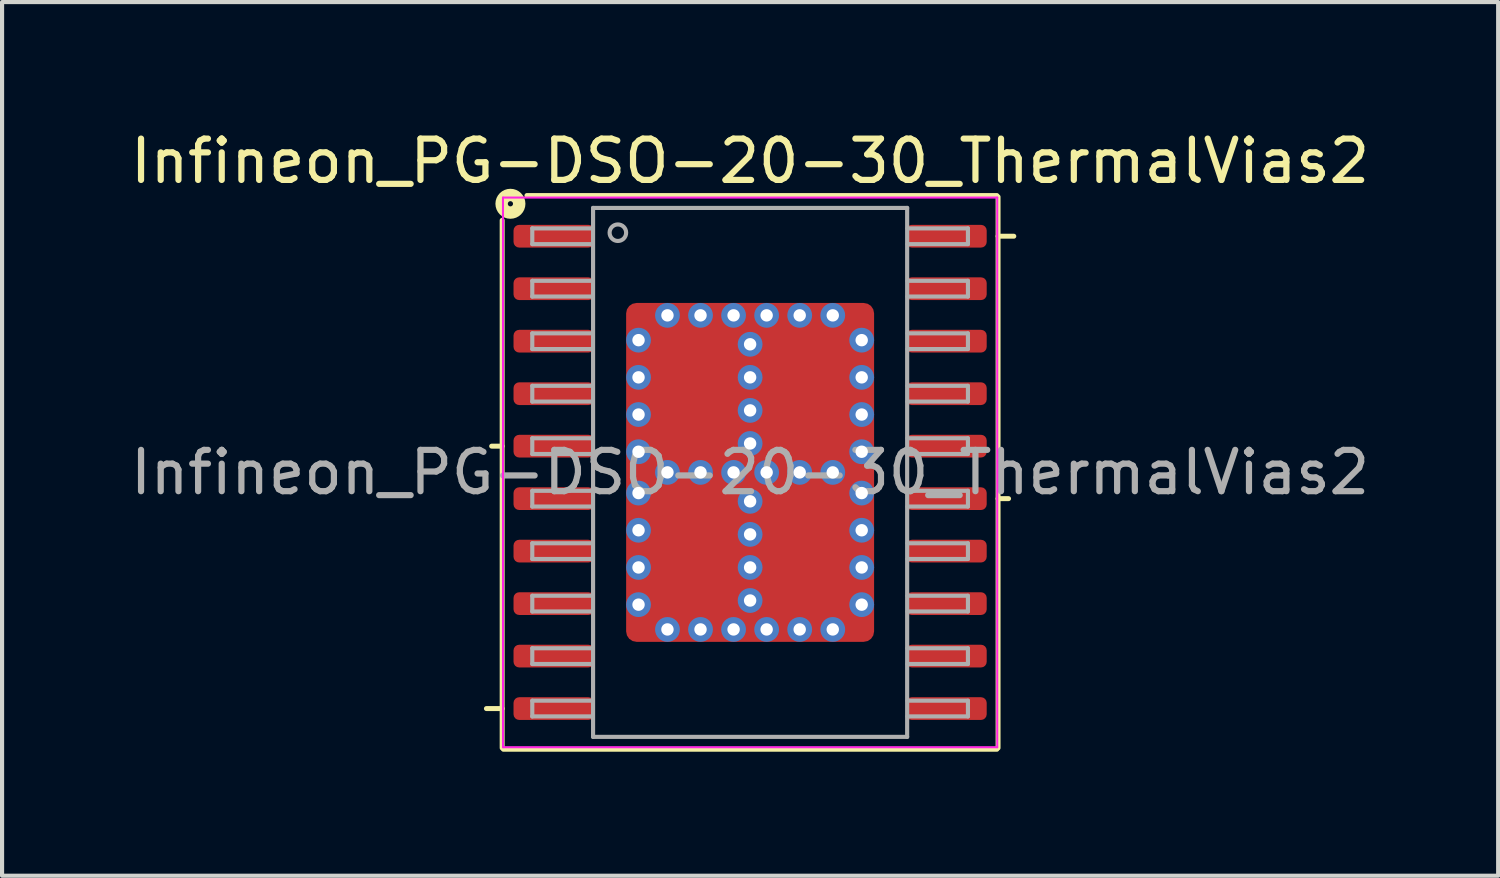
<source format=kicad_pcb>
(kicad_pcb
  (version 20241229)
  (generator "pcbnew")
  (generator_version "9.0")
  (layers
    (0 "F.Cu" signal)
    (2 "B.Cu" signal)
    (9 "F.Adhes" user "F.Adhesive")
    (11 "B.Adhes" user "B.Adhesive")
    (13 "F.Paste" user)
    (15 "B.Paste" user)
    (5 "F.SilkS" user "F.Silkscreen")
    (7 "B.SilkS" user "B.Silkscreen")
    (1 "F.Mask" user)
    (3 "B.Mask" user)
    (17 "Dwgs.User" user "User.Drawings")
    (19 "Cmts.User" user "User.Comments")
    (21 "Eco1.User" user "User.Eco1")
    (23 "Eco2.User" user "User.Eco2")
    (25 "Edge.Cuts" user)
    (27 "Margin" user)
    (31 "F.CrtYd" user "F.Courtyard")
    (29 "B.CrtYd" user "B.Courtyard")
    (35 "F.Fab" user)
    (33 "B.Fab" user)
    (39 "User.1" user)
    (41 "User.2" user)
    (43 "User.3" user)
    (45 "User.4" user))
  (footprint "Infineon_PG-DSO-20-30_ThermalVias2"
    (layer "F.Cu")
    (at 15.101 8.381)
    (property "Reference" "Infineon_PG-DSO-20-30_ThermalVias2" (at 0 -7.532 0) (layer "F.SilkS") (effects (font (size 1 1) (thickness 0.15))))
    (attr smd)
    (fp_line (start -6 -6.1) (end -6 6.668) (stroke (width 0.12) (type solid)) (layer "F.SilkS"))
    (fp_line (start -6 -0.635) (end -6.254 -0.635) (stroke (width 0.12) (type solid)) (layer "F.SilkS"))
    (fp_line (start -6 5.715) (end -6.381 5.715) (stroke (width 0.12) (type solid)) (layer "F.SilkS"))
    (fp_line (start -5.969 6.7) (end 5.969 6.7) (stroke (width 0.12) (type solid)) (layer "F.SilkS"))
    (fp_line (start 5.969 -6.7) (end -5.4 -6.7) (stroke (width 0.12) (type solid)) (layer "F.SilkS"))
    (fp_line (start 6 -5.715) (end 6.381 -5.715) (stroke (width 0.12) (type solid)) (layer "F.SilkS"))
    (fp_line (start 6 0.635) (end 6.254 0.635) (stroke (width 0.12) (type solid)) (layer "F.SilkS"))
    (fp_line (start 6 6.668) (end 6 -6.668) (stroke (width 0.12) (type solid)) (layer "F.SilkS"))
    (fp_circle (center -5.8 -6.5) (end -5.737 -6.5) (stroke (width 0.3) (type solid)) (fill no) (layer "F.SilkS"))
    (fp_line (start -5.98 -6.65) (end 5.98 -6.65) (stroke (width 0.05) (type solid)) (layer "F.CrtYd"))
    (fp_line (start -5.98 6.65) (end -5.98 -6.65) (stroke (width 0.05) (type solid)) (layer "F.CrtYd"))
    (fp_line (start -5.98 6.65) (end 5.98 6.65) (stroke (width 0.05) (type solid)) (layer "F.CrtYd"))
    (fp_line (start 5.98 6.65) (end 5.98 -6.65) (stroke (width 0.05) (type solid)) (layer "F.CrtYd"))
    (fp_line (start -5.271 -5.905) (end -5.271 -5.524) (stroke (width 0.1) (type solid)) (layer "F.Fab"))
    (fp_line (start -5.271 -5.905) (end -3.81 -5.905) (stroke (width 0.1) (type solid)) (layer "F.Fab"))
    (fp_line (start -5.271 -5.524) (end -3.81 -5.524) (stroke (width 0.1) (type solid)) (layer "F.Fab"))
    (fp_line (start -5.271 -4.636) (end -5.271 -4.255) (stroke (width 0.1) (type solid)) (layer "F.Fab"))
    (fp_line (start -5.271 -4.636) (end -3.81 -4.636) (stroke (width 0.1) (type solid)) (layer "F.Fab"))
    (fp_line (start -5.271 -4.255) (end -3.81 -4.255) (stroke (width 0.1) (type solid)) (layer "F.Fab"))
    (fp_line (start -5.271 -3.365) (end -5.271 -2.985) (stroke (width 0.1) (type solid)) (layer "F.Fab"))
    (fp_line (start -5.271 -3.365) (end -3.81 -3.365) (stroke (width 0.1) (type solid)) (layer "F.Fab"))
    (fp_line (start -5.271 -2.985) (end -3.81 -2.985) (stroke (width 0.1) (type solid)) (layer "F.Fab"))
    (fp_line (start -5.271 -2.095) (end -5.271 -1.714) (stroke (width 0.1) (type solid)) (layer "F.Fab"))
    (fp_line (start -5.271 -2.095) (end -3.81 -2.095) (stroke (width 0.1) (type solid)) (layer "F.Fab"))
    (fp_line (start -5.271 -1.714) (end -3.81 -1.714) (stroke (width 0.1) (type solid)) (layer "F.Fab"))
    (fp_line (start -5.271 -0.826) (end -5.271 -0.445) (stroke (width 0.1) (type solid)) (layer "F.Fab"))
    (fp_line (start -5.271 -0.826) (end -3.81 -0.826) (stroke (width 0.1) (type solid)) (layer "F.Fab"))
    (fp_line (start -5.271 -0.445) (end -3.81 -0.445) (stroke (width 0.1) (type solid)) (layer "F.Fab"))
    (fp_line (start -5.271 0.445) (end -5.271 0.826) (stroke (width 0.1) (type solid)) (layer "F.Fab"))
    (fp_line (start -5.271 0.445) (end -3.81 0.445) (stroke (width 0.1) (type solid)) (layer "F.Fab"))
    (fp_line (start -5.271 0.826) (end -3.81 0.826) (stroke (width 0.1) (type solid)) (layer "F.Fab"))
    (fp_line (start -5.271 1.714) (end -5.271 2.095) (stroke (width 0.1) (type solid)) (layer "F.Fab"))
    (fp_line (start -5.271 1.714) (end -3.81 1.714) (stroke (width 0.1) (type solid)) (layer "F.Fab"))
    (fp_line (start -5.271 2.095) (end -3.81 2.095) (stroke (width 0.1) (type solid)) (layer "F.Fab"))
    (fp_line (start -5.271 2.985) (end -5.271 3.365) (stroke (width 0.1) (type solid)) (layer "F.Fab"))
    (fp_line (start -5.271 2.985) (end -3.81 2.985) (stroke (width 0.1) (type solid)) (layer "F.Fab"))
    (fp_line (start -5.271 3.365) (end -3.81 3.365) (stroke (width 0.1) (type solid)) (layer "F.Fab"))
    (fp_line (start -5.271 4.255) (end -5.271 4.636) (stroke (width 0.1) (type solid)) (layer "F.Fab"))
    (fp_line (start -5.271 4.255) (end -3.81 4.255) (stroke (width 0.1) (type solid)) (layer "F.Fab"))
    (fp_line (start -5.271 4.636) (end -3.81 4.636) (stroke (width 0.1) (type solid)) (layer "F.Fab"))
    (fp_line (start -5.271 5.524) (end -5.271 5.905) (stroke (width 0.1) (type solid)) (layer "F.Fab"))
    (fp_line (start -5.271 5.524) (end -3.81 5.524) (stroke (width 0.1) (type solid)) (layer "F.Fab"))
    (fp_line (start -5.271 5.905) (end -3.81 5.905) (stroke (width 0.1) (type solid)) (layer "F.Fab"))
    (fp_line (start -3.8 -6.4) (end 3.8 -6.4) (stroke (width 0.1) (type solid)) (layer "F.Fab"))
    (fp_line (start -3.8 6.4) (end -3.8 -6.4) (stroke (width 0.1) (type solid)) (layer "F.Fab"))
    (fp_line (start 3.8 -6.4) (end 3.8 6.4) (stroke (width 0.1) (type solid)) (layer "F.Fab"))
    (fp_line (start 3.8 6.4) (end -3.8 6.4) (stroke (width 0.1) (type solid)) (layer "F.Fab"))
    (fp_line (start 5.271 -5.905) (end 3.81 -5.905) (stroke (width 0.1) (type solid)) (layer "F.Fab"))
    (fp_line (start 5.271 -5.524) (end 3.81 -5.524) (stroke (width 0.1) (type solid)) (layer "F.Fab"))
    (fp_line (start 5.271 -5.524) (end 5.271 -5.905) (stroke (width 0.1) (type solid)) (layer "F.Fab"))
    (fp_line (start 5.271 -4.636) (end 3.81 -4.636) (stroke (width 0.1) (type solid)) (layer "F.Fab"))
    (fp_line (start 5.271 -4.255) (end 3.81 -4.255) (stroke (width 0.1) (type solid)) (layer "F.Fab"))
    (fp_line (start 5.271 -4.255) (end 5.271 -4.636) (stroke (width 0.1) (type solid)) (layer "F.Fab"))
    (fp_line (start 5.271 -3.365) (end 3.81 -3.365) (stroke (width 0.1) (type solid)) (layer "F.Fab"))
    (fp_line (start 5.271 -2.985) (end 3.81 -2.985) (stroke (width 0.1) (type solid)) (layer "F.Fab"))
    (fp_line (start 5.271 -2.985) (end 5.271 -3.365) (stroke (width 0.1) (type solid)) (layer "F.Fab"))
    (fp_line (start 5.271 -2.095) (end 3.81 -2.095) (stroke (width 0.1) (type solid)) (layer "F.Fab"))
    (fp_line (start 5.271 -1.714) (end 3.81 -1.714) (stroke (width 0.1) (type solid)) (layer "F.Fab"))
    (fp_line (start 5.271 -1.714) (end 5.271 -2.095) (stroke (width 0.1) (type solid)) (layer "F.Fab"))
    (fp_line (start 5.271 -0.826) (end 3.81 -0.826) (stroke (width 0.1) (type solid)) (layer "F.Fab"))
    (fp_line (start 5.271 -0.445) (end 3.81 -0.445) (stroke (width 0.1) (type solid)) (layer "F.Fab"))
    (fp_line (start 5.271 -0.445) (end 5.271 -0.826) (stroke (width 0.1) (type solid)) (layer "F.Fab"))
    (fp_line (start 5.271 0.445) (end 3.81 0.445) (stroke (width 0.1) (type solid)) (layer "F.Fab"))
    (fp_line (start 5.271 0.826) (end 3.81 0.826) (stroke (width 0.1) (type solid)) (layer "F.Fab"))
    (fp_line (start 5.271 0.826) (end 5.271 0.445) (stroke (width 0.1) (type solid)) (layer "F.Fab"))
    (fp_line (start 5.271 1.714) (end 3.81 1.714) (stroke (width 0.1) (type solid)) (layer "F.Fab"))
    (fp_line (start 5.271 2.095) (end 3.81 2.095) (stroke (width 0.1) (type solid)) (layer "F.Fab"))
    (fp_line (start 5.271 2.095) (end 5.271 1.714) (stroke (width 0.1) (type solid)) (layer "F.Fab"))
    (fp_line (start 5.271 2.985) (end 3.81 2.985) (stroke (width 0.1) (type solid)) (layer "F.Fab"))
    (fp_line (start 5.271 3.365) (end 3.81 3.365) (stroke (width 0.1) (type solid)) (layer "F.Fab"))
    (fp_line (start 5.271 3.365) (end 5.271 2.985) (stroke (width 0.1) (type solid)) (layer "F.Fab"))
    (fp_line (start 5.271 4.255) (end 3.81 4.255) (stroke (width 0.1) (type solid)) (layer "F.Fab"))
    (fp_line (start 5.271 4.636) (end 3.81 4.636) (stroke (width 0.1) (type solid)) (layer "F.Fab"))
    (fp_line (start 5.271 4.636) (end 5.271 4.255) (stroke (width 0.1) (type solid)) (layer "F.Fab"))
    (fp_line (start 5.271 5.524) (end 3.81 5.524) (stroke (width 0.1) (type solid)) (layer "F.Fab"))
    (fp_line (start 5.271 5.905) (end 3.81 5.905) (stroke (width 0.1) (type solid)) (layer "F.Fab"))
    (fp_line (start 5.271 5.905) (end 5.271 5.524) (stroke (width 0.1) (type solid)) (layer "F.Fab"))
    (fp_circle (center -3.2 -5.8) (end -3 -5.8) (stroke (width 0.1) (type solid)) (fill no) (layer "F.Fab"))
    (fp_text user "${REFERENCE}" (at 0 0 0) (layer "F.Fab") (effects (font (size 1 1) (thickness 0.15))))
    (pad "" smd roundrect (at -1.85 -2.95) (size 0.8 0.8) (layers "F.Paste") (roundrect_rratio 0.25))
    (pad "" smd roundrect (at -1.85 -1.9) (size 0.8 0.8) (layers "F.Paste") (roundrect_rratio 0.25))
    (pad "" smd roundrect (at -1.85 -0.85) (size 0.8 0.8) (layers "F.Paste") (roundrect_rratio 0.25))
    (pad "" smd roundrect (at -1.85 0.85) (size 0.8 0.8) (layers "F.Paste") (roundrect_rratio 0.25))
    (pad "" smd roundrect (at -1.85 1.9) (size 0.8 0.8) (layers "F.Paste") (roundrect_rratio 0.25))
    (pad "" smd roundrect (at -1.85 2.95) (size 0.8 0.8) (layers "F.Paste") (roundrect_rratio 0.25))
    (pad "" smd roundrect (at -1.35 -1.9) (size 2.1 3.2) (layers "F.Mask") (roundrect_rratio 0.119))
    (pad "" smd roundrect (at -1.35 1.9) (size 2.1 3.2) (layers "F.Mask") (roundrect_rratio 0.119))
    (pad "" smd roundrect (at -0.85 -2.95) (size 0.8 0.8) (layers "F.Paste") (roundrect_rratio 0.25))
    (pad "" smd roundrect (at -0.85 -1.9) (size 0.8 0.8) (layers "F.Paste") (roundrect_rratio 0.25))
    (pad "" smd roundrect (at -0.85 -0.85) (size 0.8 0.8) (layers "F.Paste") (roundrect_rratio 0.25))
    (pad "" smd roundrect (at -0.85 0.85) (size 0.8 0.8) (layers "F.Paste") (roundrect_rratio 0.25))
    (pad "" smd roundrect (at -0.85 1.9) (size 0.8 0.8) (layers "F.Paste") (roundrect_rratio 0.25))
    (pad "" smd roundrect (at -0.85 2.95) (size 0.8 0.8) (layers "F.Paste") (roundrect_rratio 0.25))
    (pad "" smd roundrect (at 0.85 -2.95) (size 0.8 0.8) (layers "F.Paste") (roundrect_rratio 0.25))
    (pad "" smd roundrect (at 0.85 -1.9) (size 0.8 0.8) (layers "F.Paste") (roundrect_rratio 0.25))
    (pad "" smd roundrect (at 0.85 -0.85) (size 0.8 0.8) (layers "F.Paste") (roundrect_rratio 0.25))
    (pad "" smd roundrect (at 0.85 0.85) (size 0.8 0.8) (layers "F.Paste") (roundrect_rratio 0.25))
    (pad "" smd roundrect (at 0.85 1.9) (size 0.8 0.8) (layers "F.Paste") (roundrect_rratio 0.25))
    (pad "" smd roundrect (at 0.85 2.95) (size 0.8 0.8) (layers "F.Paste") (roundrect_rratio 0.25))
    (pad "" smd roundrect (at 1.35 -1.9) (size 2.1 3.2) (layers "F.Mask") (roundrect_rratio 0.119))
    (pad "" smd roundrect (at 1.35 1.9) (size 2.1 3.2) (layers "F.Mask") (roundrect_rratio 0.119))
    (pad "" smd roundrect (at 1.85 -2.95) (size 0.8 0.8) (layers "F.Paste") (roundrect_rratio 0.25))
    (pad "" smd roundrect (at 1.85 -1.9) (size 0.8 0.8) (layers "F.Paste") (roundrect_rratio 0.25))
    (pad "" smd roundrect (at 1.85 -0.85) (size 0.8 0.8) (layers "F.Paste") (roundrect_rratio 0.25))
    (pad "" smd roundrect (at 1.85 0.85) (size 0.8 0.8) (layers "F.Paste") (roundrect_rratio 0.25))
    (pad "" smd roundrect (at 1.85 1.9) (size 0.8 0.8) (layers "F.Paste") (roundrect_rratio 0.25))
    (pad "" smd roundrect (at 1.85 2.95) (size 0.8 0.8) (layers "F.Paste") (roundrect_rratio 0.25))
    (pad "1" smd roundrect (at -4.75 -5.715 90) (size 0.55 1.95) (layers "F.Cu" "F.Mask" "F.Paste") (roundrect_rratio 0.25))
    (pad "2" smd roundrect (at -4.75 -4.445 90) (size 0.55 1.95) (layers "F.Cu" "F.Mask" "F.Paste") (roundrect_rratio 0.25))
    (pad "3" smd roundrect (at -4.75 -3.175 90) (size 0.55 1.95) (layers "F.Cu" "F.Mask" "F.Paste") (roundrect_rratio 0.25))
    (pad "4" smd roundrect (at -4.75 -1.905 90) (size 0.55 1.95) (layers "F.Cu" "F.Mask" "F.Paste") (roundrect_rratio 0.25))
    (pad "5" smd roundrect (at -4.75 -0.635 90) (size 0.55 1.95) (layers "F.Cu" "F.Mask" "F.Paste") (roundrect_rratio 0.25))
    (pad "6" smd roundrect (at -4.75 0.635 90) (size 0.55 1.95) (layers "F.Cu" "F.Mask" "F.Paste") (roundrect_rratio 0.25))
    (pad "7" smd roundrect (at -4.75 1.905 90) (size 0.55 1.95) (layers "F.Cu" "F.Mask" "F.Paste") (roundrect_rratio 0.25))
    (pad "8" smd roundrect (at -4.75 3.175 90) (size 0.55 1.95) (layers "F.Cu" "F.Mask" "F.Paste") (roundrect_rratio 0.25))
    (pad "9" smd roundrect (at -4.75 4.445 90) (size 0.55 1.95) (layers "F.Cu" "F.Mask" "F.Paste") (roundrect_rratio 0.25))
    (pad "10" smd roundrect (at -4.75 5.715 90) (size 0.55 1.95) (layers "F.Cu" "F.Mask" "F.Paste") (roundrect_rratio 0.25))
    (pad "11" smd roundrect (at 4.75 5.715 90) (size 0.55 1.95) (layers "F.Cu" "F.Mask" "F.Paste") (roundrect_rratio 0.25))
    (pad "12" smd roundrect (at 4.75 4.445 90) (size 0.55 1.95) (layers "F.Cu" "F.Mask" "F.Paste") (roundrect_rratio 0.25))
    (pad "13" smd roundrect (at 4.75 3.175 90) (size 0.55 1.95) (layers "F.Cu" "F.Mask" "F.Paste") (roundrect_rratio 0.25))
    (pad "14" smd roundrect (at 4.75 1.905 90) (size 0.55 1.95) (layers "F.Cu" "F.Mask" "F.Paste") (roundrect_rratio 0.25))
    (pad "15" smd roundrect (at 4.75 0.635 90) (size 0.55 1.95) (layers "F.Cu" "F.Mask" "F.Paste") (roundrect_rratio 0.25))
    (pad "16" smd roundrect (at 4.75 -0.635 90) (size 0.55 1.95) (layers "F.Cu" "F.Mask" "F.Paste") (roundrect_rratio 0.25))
    (pad "17" smd roundrect (at 4.75 -1.905 90) (size 0.55 1.95) (layers "F.Cu" "F.Mask" "F.Paste") (roundrect_rratio 0.25))
    (pad "18" smd roundrect (at 4.75 -3.175 90) (size 0.55 1.95) (layers "F.Cu" "F.Mask" "F.Paste") (roundrect_rratio 0.25))
    (pad "19" smd roundrect (at 4.75 -4.445 90) (size 0.55 1.95) (layers "F.Cu" "F.Mask" "F.Paste") (roundrect_rratio 0.25))
    (pad "20" smd roundrect (at 4.75 -5.715 90) (size 0.55 1.95) (layers "F.Cu" "F.Mask" "F.Paste") (roundrect_rratio 0.25))
    (pad "21" thru_hole circle (at -2.7 -3.2) (size 0.6 0.6) (drill 0.3) (property pad_prop_heatsink) (layers "*.Cu" "*.Mask"))
    (pad "21" thru_hole circle (at -2.7 -2.3) (size 0.6 0.6) (drill 0.3) (property pad_prop_heatsink) (layers "*.Cu" "*.Mask"))
    (pad "21" thru_hole circle (at -2.7 -1.4) (size 0.6 0.6) (drill 0.3) (property pad_prop_heatsink) (layers "*.Cu" "*.Mask"))
    (pad "21" thru_hole circle (at -2.7 -0.5) (size 0.6 0.6) (drill 0.3) (property pad_prop_heatsink) (layers "*.Cu" "*.Mask"))
    (pad "21" thru_hole circle (at -2.7 0.5) (size 0.6 0.6) (drill 0.3) (property pad_prop_heatsink) (layers "*.Cu" "*.Mask"))
    (pad "21" thru_hole circle (at -2.7 1.4) (size 0.6 0.6) (drill 0.3) (property pad_prop_heatsink) (layers "*.Cu" "*.Mask"))
    (pad "21" thru_hole circle (at -2.7 2.3) (size 0.6 0.6) (drill 0.3) (property pad_prop_heatsink) (layers "*.Cu" "*.Mask"))
    (pad "21" thru_hole circle (at -2.7 3.2) (size 0.6 0.6) (drill 0.3) (property pad_prop_heatsink) (layers "*.Cu" "*.Mask"))
    (pad "21" thru_hole circle (at -2 -3.8) (size 0.6 0.6) (drill 0.3) (property pad_prop_heatsink) (layers "*.Cu" "*.Mask"))
    (pad "21" thru_hole circle (at -2 0) (size 0.6 0.6) (drill 0.3) (property pad_prop_heatsink) (layers "*.Cu" "*.Mask"))
    (pad "21" thru_hole circle (at -2 3.8) (size 0.6 0.6) (drill 0.3) (property pad_prop_heatsink) (layers "*.Cu" "*.Mask"))
    (pad "21" thru_hole circle (at -1.2 -3.8) (size 0.6 0.6) (drill 0.3) (property pad_prop_heatsink) (layers "*.Cu" "*.Mask"))
    (pad "21" thru_hole circle (at -1.2 0) (size 0.6 0.6) (drill 0.3) (property pad_prop_heatsink) (layers "*.Cu" "*.Mask"))
    (pad "21" thru_hole circle (at -1.2 3.8) (size 0.6 0.6) (drill 0.3) (property pad_prop_heatsink) (layers "*.Cu" "*.Mask"))
    (pad "21" thru_hole circle (at -0.4 -3.8) (size 0.6 0.6) (drill 0.3) (property pad_prop_heatsink) (layers "*.Cu" "*.Mask"))
    (pad "21" thru_hole circle (at -0.4 0) (size 0.6 0.6) (drill 0.3) (property pad_prop_heatsink) (layers "*.Cu" "*.Mask"))
    (pad "21" thru_hole circle (at -0.4 3.8) (size 0.6 0.6) (drill 0.3) (property pad_prop_heatsink) (layers "*.Cu" "*.Mask"))
    (pad "21" thru_hole circle (at 0 -3.1) (size 0.6 0.6) (drill 0.3) (property pad_prop_heatsink) (layers "*.Cu" "*.Mask"))
    (pad "21" thru_hole circle (at 0 -2.3) (size 0.6 0.6) (drill 0.3) (property pad_prop_heatsink) (layers "*.Cu" "*.Mask"))
    (pad "21" thru_hole circle (at 0 -1.5) (size 0.6 0.6) (drill 0.3) (property pad_prop_heatsink) (layers "*.Cu" "*.Mask"))
    (pad "21" thru_hole circle (at 0 -0.7) (size 0.6 0.6) (drill 0.3) (property pad_prop_heatsink) (layers "*.Cu" "*.Mask"))
    (pad "21" smd roundrect (at 0 0) (size 6 8.2) (layers "F.Cu") (roundrect_rratio 0.042))
    (pad "21" thru_hole circle (at 0 0.7) (size 0.6 0.6) (drill 0.3) (property pad_prop_heatsink) (layers "*.Cu" "*.Mask"))
    (pad "21" thru_hole circle (at 0 1.5) (size 0.6 0.6) (drill 0.3) (property pad_prop_heatsink) (layers "*.Cu" "*.Mask"))
    (pad "21" thru_hole circle (at 0 2.3) (size 0.6 0.6) (drill 0.3) (property pad_prop_heatsink) (layers "*.Cu" "*.Mask"))
    (pad "21" thru_hole circle (at 0 3.1) (size 0.6 0.6) (drill 0.3) (property pad_prop_heatsink) (layers "*.Cu" "*.Mask"))
    (pad "21" thru_hole circle (at 0.4 -3.8) (size 0.6 0.6) (drill 0.3) (property pad_prop_heatsink) (layers "*.Cu" "*.Mask"))
    (pad "21" thru_hole circle (at 0.4 0) (size 0.6 0.6) (drill 0.3) (property pad_prop_heatsink) (layers "*.Cu" "*.Mask"))
    (pad "21" thru_hole circle (at 0.4 3.8) (size 0.6 0.6) (drill 0.3) (property pad_prop_heatsink) (layers "*.Cu" "*.Mask"))
    (pad "21" thru_hole circle (at 1.2 -3.8) (size 0.6 0.6) (drill 0.3) (property pad_prop_heatsink) (layers "*.Cu" "*.Mask"))
    (pad "21" thru_hole circle (at 1.2 0) (size 0.6 0.6) (drill 0.3) (property pad_prop_heatsink) (layers "*.Cu" "*.Mask"))
    (pad "21" thru_hole circle (at 1.2 3.8) (size 0.6 0.6) (drill 0.3) (property pad_prop_heatsink) (layers "*.Cu" "*.Mask"))
    (pad "21" thru_hole circle (at 2 -3.8) (size 0.6 0.6) (drill 0.3) (property pad_prop_heatsink) (layers "*.Cu" "*.Mask"))
    (pad "21" thru_hole circle (at 2 0) (size 0.6 0.6) (drill 0.3) (property pad_prop_heatsink) (layers "*.Cu" "*.Mask"))
    (pad "21" thru_hole circle (at 2 3.8) (size 0.6 0.6) (drill 0.3) (property pad_prop_heatsink) (layers "*.Cu" "*.Mask"))
    (pad "21" thru_hole circle (at 2.7 -3.2) (size 0.6 0.6) (drill 0.3) (property pad_prop_heatsink) (layers "*.Cu" "*.Mask"))
    (pad "21" thru_hole circle (at 2.7 -2.3) (size 0.6 0.6) (drill 0.3) (property pad_prop_heatsink) (layers "*.Cu" "*.Mask"))
    (pad "21" thru_hole circle (at 2.7 -1.4) (size 0.6 0.6) (drill 0.3) (property pad_prop_heatsink) (layers "*.Cu" "*.Mask"))
    (pad "21" thru_hole circle (at 2.7 -0.5) (size 0.6 0.6) (drill 0.3) (property pad_prop_heatsink) (layers "*.Cu" "*.Mask"))
    (pad "21" thru_hole circle (at 2.7 0.5) (size 0.6 0.6) (drill 0.3) (property pad_prop_heatsink) (layers "*.Cu" "*.Mask"))
    (pad "21" thru_hole circle (at 2.7 1.4) (size 0.6 0.6) (drill 0.3) (property pad_prop_heatsink) (layers "*.Cu" "*.Mask"))
    (pad "21" thru_hole circle (at 2.7 2.3) (size 0.6 0.6) (drill 0.3) (property pad_prop_heatsink) (layers "*.Cu" "*.Mask"))
    (pad "21" thru_hole circle (at 2.7 3.2) (size 0.6 0.6) (drill 0.3) (property pad_prop_heatsink) (layers "*.Cu" "*.Mask")))
  (gr_rect
    (start -3 -3)
    (end 33.202 18.141)
    (stroke (width 0.1) (type default))
    (fill no)
    (layer "Edge.Cuts")))
</source>
